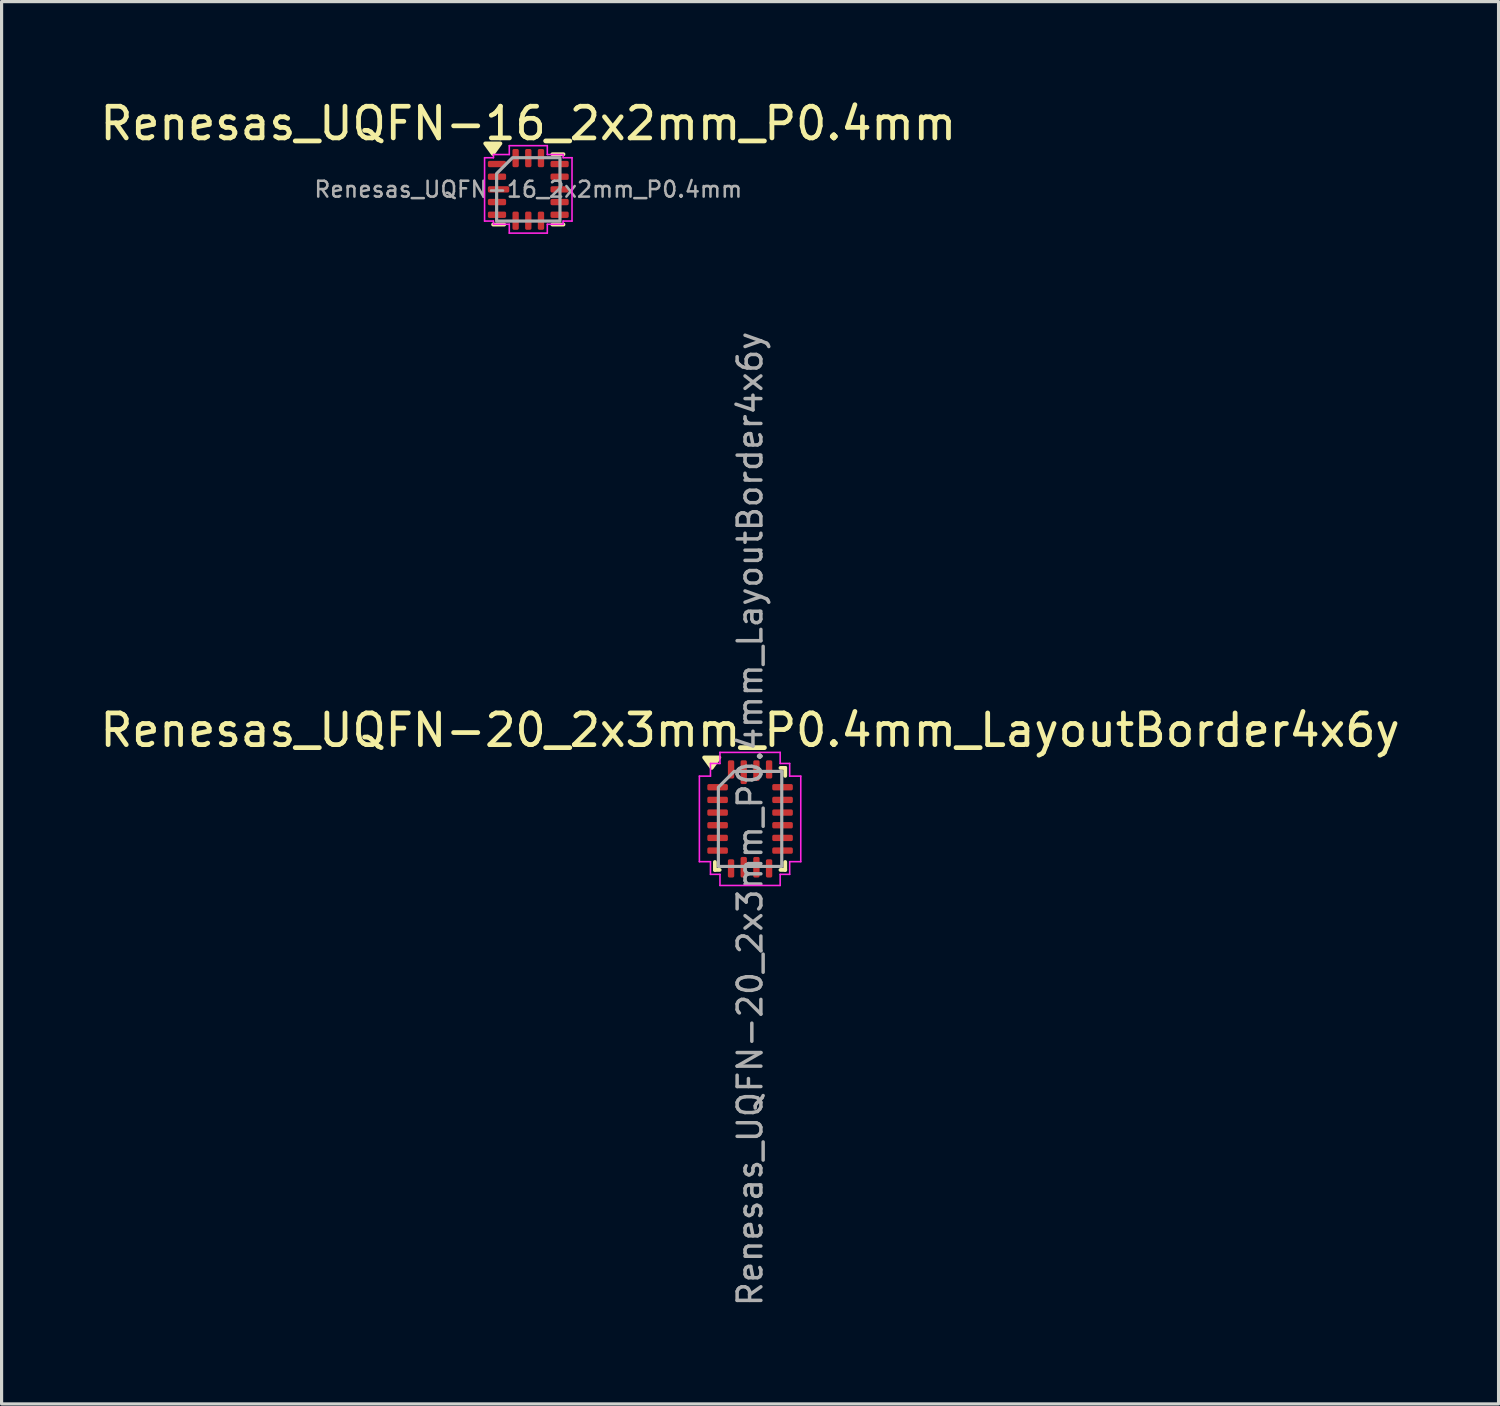
<source format=kicad_pcb>
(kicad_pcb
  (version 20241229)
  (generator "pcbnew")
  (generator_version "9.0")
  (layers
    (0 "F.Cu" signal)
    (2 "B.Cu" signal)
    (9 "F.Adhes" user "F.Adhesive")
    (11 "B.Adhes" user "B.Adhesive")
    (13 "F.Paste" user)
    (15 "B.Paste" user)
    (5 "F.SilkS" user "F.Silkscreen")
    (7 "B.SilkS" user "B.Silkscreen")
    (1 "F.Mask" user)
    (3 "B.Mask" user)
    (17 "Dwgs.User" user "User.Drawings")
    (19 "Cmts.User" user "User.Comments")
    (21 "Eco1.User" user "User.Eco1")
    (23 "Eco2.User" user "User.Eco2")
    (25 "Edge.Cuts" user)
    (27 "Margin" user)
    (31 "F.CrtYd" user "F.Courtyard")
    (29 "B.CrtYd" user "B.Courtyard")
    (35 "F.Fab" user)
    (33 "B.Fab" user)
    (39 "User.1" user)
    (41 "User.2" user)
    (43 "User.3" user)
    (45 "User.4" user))
  (footprint "Renesas_UQFN-16_2x2mm_P0.4mm"
    (layer "F.Cu")
    (at 13.625 2.928)
    (property "Reference" "Renesas_UQFN-16_2x2mm_P0.4mm" (at 0 -2.08 0) (layer "F.SilkS") (effects (font (size 1 1) (thickness 0.15))))
    (attr smd)
    (fp_line (start -0.76 1.11) (end -1.11 1.11) (stroke (width 0.12) (type solid)) (layer "F.SilkS"))
    (fp_line (start 0.76 -1.11) (end 1.11 -1.11) (stroke (width 0.12) (type solid)) (layer "F.SilkS"))
    (fp_line (start 0.76 1.11) (end 1.11 1.11) (stroke (width 0.12) (type solid)) (layer "F.SilkS"))
    (fp_poly (pts (xy -1.12 -1.12) (xy -1.36 -1.45) (xy -0.88 -1.45)) (stroke (width 0.12) (type solid)) (fill yes) (layer "F.SilkS"))
    (fp_line (start -1.38 -1) (end -1.1 -1) (stroke (width 0.05) (type solid)) (layer "F.CrtYd"))
    (fp_line (start -1.38 1) (end -1.38 -1) (stroke (width 0.05) (type solid)) (layer "F.CrtYd"))
    (fp_line (start -1.1 -1.1) (end -0.6 -1.1) (stroke (width 0.05) (type solid)) (layer "F.CrtYd"))
    (fp_line (start -1.1 -1) (end -1.1 -1.1) (stroke (width 0.05) (type solid)) (layer "F.CrtYd"))
    (fp_line (start -1.1 1) (end -1.38 1) (stroke (width 0.05) (type solid)) (layer "F.CrtYd"))
    (fp_line (start -1.1 1.1) (end -1.1 1) (stroke (width 0.05) (type solid)) (layer "F.CrtYd"))
    (fp_line (start -0.6 -1.38) (end 0.6 -1.38) (stroke (width 0.05) (type solid)) (layer "F.CrtYd"))
    (fp_line (start -0.6 -1.1) (end -0.6 -1.38) (stroke (width 0.05) (type solid)) (layer "F.CrtYd"))
    (fp_line (start -0.6 1.1) (end -1.1 1.1) (stroke (width 0.05) (type solid)) (layer "F.CrtYd"))
    (fp_line (start -0.6 1.38) (end -0.6 1.1) (stroke (width 0.05) (type solid)) (layer "F.CrtYd"))
    (fp_line (start 0.6 -1.38) (end 0.6 -1.1) (stroke (width 0.05) (type solid)) (layer "F.CrtYd"))
    (fp_line (start 0.6 -1.1) (end 1.1 -1.1) (stroke (width 0.05) (type solid)) (layer "F.CrtYd"))
    (fp_line (start 0.6 1.1) (end 0.6 1.38) (stroke (width 0.05) (type solid)) (layer "F.CrtYd"))
    (fp_line (start 0.6 1.38) (end -0.6 1.38) (stroke (width 0.05) (type solid)) (layer "F.CrtYd"))
    (fp_line (start 1.1 -1.1) (end 1.1 -1) (stroke (width 0.05) (type solid)) (layer "F.CrtYd"))
    (fp_line (start 1.1 -1) (end 1.38 -1) (stroke (width 0.05) (type solid)) (layer "F.CrtYd"))
    (fp_line (start 1.1 1) (end 1.1 1.1) (stroke (width 0.05) (type solid)) (layer "F.CrtYd"))
    (fp_line (start 1.1 1.1) (end 0.6 1.1) (stroke (width 0.05) (type solid)) (layer "F.CrtYd"))
    (fp_line (start 1.38 -1) (end 1.38 1) (stroke (width 0.05) (type solid)) (layer "F.CrtYd"))
    (fp_line (start 1.38 1) (end 1.1 1) (stroke (width 0.05) (type solid)) (layer "F.CrtYd"))
    (fp_poly (pts (xy -1 -0.5) (xy -1 1) (xy 1 1) (xy 1 -1) (xy -0.5 -1)) (stroke (width 0.1) (type solid)) (fill no) (layer "F.Fab"))
    (fp_text user "${REFERENCE}" (at 0 0 0) (layer "F.Fab") (effects (font (size 0.5 0.5) (thickness 0.08))))
    (pad "1" smd roundrect (at -0.988 -0.8) (size 0.575 0.2) (layers "F.Cu" "F.Mask" "F.Paste") (roundrect_rratio 0.25))
    (pad "2" smd roundrect (at -0.988 -0.4) (size 0.575 0.2) (layers "F.Cu" "F.Mask" "F.Paste") (roundrect_rratio 0.25))
    (pad "3" smd roundrect (at -0.938 0) (size 0.675 0.2) (layers "F.Cu" "F.Mask" "F.Paste") (roundrect_rratio 0.25))
    (pad "4" smd roundrect (at -0.988 0.4) (size 0.575 0.2) (layers "F.Cu" "F.Mask" "F.Paste") (roundrect_rratio 0.25))
    (pad "5" smd roundrect (at -0.988 0.8) (size 0.575 0.2) (layers "F.Cu" "F.Mask" "F.Paste") (roundrect_rratio 0.25))
    (pad "6" smd roundrect (at -0.4 0.988) (size 0.2 0.575) (layers "F.Cu" "F.Mask" "F.Paste") (roundrect_rratio 0.25))
    (pad "7" smd roundrect (at 0 0.988) (size 0.2 0.575) (layers "F.Cu" "F.Mask" "F.Paste") (roundrect_rratio 0.25))
    (pad "8" smd roundrect (at 0.4 0.988) (size 0.2 0.575) (layers "F.Cu" "F.Mask" "F.Paste") (roundrect_rratio 0.25))
    (pad "9" smd roundrect (at 0.988 0.8) (size 0.575 0.2) (layers "F.Cu" "F.Mask" "F.Paste") (roundrect_rratio 0.25))
    (pad "10" smd roundrect (at 0.988 0.4) (size 0.575 0.2) (layers "F.Cu" "F.Mask" "F.Paste") (roundrect_rratio 0.25))
    (pad "11" smd roundrect (at 0.988 0) (size 0.575 0.2) (layers "F.Cu" "F.Mask" "F.Paste") (roundrect_rratio 0.25))
    (pad "12" smd roundrect (at 0.988 -0.4) (size 0.575 0.2) (layers "F.Cu" "F.Mask" "F.Paste") (roundrect_rratio 0.25))
    (pad "13" smd roundrect (at 0.988 -0.8) (size 0.575 0.2) (layers "F.Cu" "F.Mask" "F.Paste") (roundrect_rratio 0.25))
    (pad "14" smd roundrect (at 0.4 -0.988) (size 0.2 0.575) (layers "F.Cu" "F.Mask" "F.Paste") (roundrect_rratio 0.25))
    (pad "15" smd roundrect (at 0 -0.988) (size 0.2 0.575) (layers "F.Cu" "F.Mask" "F.Paste") (roundrect_rratio 0.25))
    (pad "16" smd roundrect (at -0.4 -0.988) (size 0.2 0.575) (layers "F.Cu" "F.Mask" "F.Paste") (roundrect_rratio 0.25)))
  (footprint "Renesas_UQFN-20_2x3mm_P0.4mm_LayoutBorder4x6y"
    (layer "F.Cu")
    (at 20.625 22.798)
    (property "Reference" "Renesas_UQFN-20_2x3mm_P0.4mm_LayoutBorder4x6y" (at 0 -2.8 0) (layer "F.SilkS") (effects (font (size 1 1) (thickness 0.15))))
    (attr smd)
    (fp_line (start -1.11 1.61) (end -1.11 1.36) (stroke (width 0.12) (type solid)) (layer "F.SilkS"))
    (fp_line (start -0.96 1.61) (end -1.11 1.61) (stroke (width 0.12) (type solid)) (layer "F.SilkS"))
    (fp_line (start 0.96 -1.61) (end 1.11 -1.61) (stroke (width 0.12) (type solid)) (layer "F.SilkS"))
    (fp_line (start 0.96 1.61) (end 1.11 1.61) (stroke (width 0.12) (type solid)) (layer "F.SilkS"))
    (fp_line (start 1.11 -1.61) (end 1.11 -1.36) (stroke (width 0.12) (type solid)) (layer "F.SilkS"))
    (fp_line (start 1.11 1.61) (end 1.11 1.36) (stroke (width 0.12) (type solid)) (layer "F.SilkS"))
    (fp_poly (pts (xy -1.21 -1.61) (xy -1.45 -1.94) (xy -0.97 -1.94)) (stroke (width 0.12) (type solid)) (fill yes) (layer "F.SilkS"))
    (fp_line (start -1.6 -1.35) (end -1.25 -1.35) (stroke (width 0.05) (type solid)) (layer "F.CrtYd"))
    (fp_line (start -1.6 1.35) (end -1.6 -1.35) (stroke (width 0.05) (type solid)) (layer "F.CrtYd"))
    (fp_line (start -1.25 -1.75) (end -0.95 -1.75) (stroke (width 0.05) (type solid)) (layer "F.CrtYd"))
    (fp_line (start -1.25 -1.35) (end -1.25 -1.75) (stroke (width 0.05) (type solid)) (layer "F.CrtYd"))
    (fp_line (start -1.25 1.35) (end -1.6 1.35) (stroke (width 0.05) (type solid)) (layer "F.CrtYd"))
    (fp_line (start -1.25 1.75) (end -1.25 1.35) (stroke (width 0.05) (type solid)) (layer "F.CrtYd"))
    (fp_line (start -0.95 -2.1) (end 0.95 -2.1) (stroke (width 0.05) (type solid)) (layer "F.CrtYd"))
    (fp_line (start -0.95 -1.75) (end -0.95 -2.1) (stroke (width 0.05) (type solid)) (layer "F.CrtYd"))
    (fp_line (start -0.95 1.75) (end -1.25 1.75) (stroke (width 0.05) (type solid)) (layer "F.CrtYd"))
    (fp_line (start -0.95 2.1) (end -0.95 1.75) (stroke (width 0.05) (type solid)) (layer "F.CrtYd"))
    (fp_line (start 0.95 -2.1) (end 0.95 -1.75) (stroke (width 0.05) (type solid)) (layer "F.CrtYd"))
    (fp_line (start 0.95 -1.75) (end 1.25 -1.75) (stroke (width 0.05) (type solid)) (layer "F.CrtYd"))
    (fp_line (start 0.95 1.75) (end 0.95 2.1) (stroke (width 0.05) (type solid)) (layer "F.CrtYd"))
    (fp_line (start 0.95 2.1) (end -0.95 2.1) (stroke (width 0.05) (type solid)) (layer "F.CrtYd"))
    (fp_line (start 1.25 -1.75) (end 1.25 -1.35) (stroke (width 0.05) (type solid)) (layer "F.CrtYd"))
    (fp_line (start 1.25 -1.35) (end 1.6 -1.35) (stroke (width 0.05) (type solid)) (layer "F.CrtYd"))
    (fp_line (start 1.25 1.35) (end 1.25 1.75) (stroke (width 0.05) (type solid)) (layer "F.CrtYd"))
    (fp_line (start 1.25 1.75) (end 0.95 1.75) (stroke (width 0.05) (type solid)) (layer "F.CrtYd"))
    (fp_line (start 1.6 -1.35) (end 1.6 1.35) (stroke (width 0.05) (type solid)) (layer "F.CrtYd"))
    (fp_line (start 1.6 1.35) (end 1.25 1.35) (stroke (width 0.05) (type solid)) (layer "F.CrtYd"))
    (fp_poly (pts (xy -1 -1) (xy -1 1.5) (xy 1 1.5) (xy 1 -1.5) (xy -0.5 -1.5)) (stroke (width 0.1) (type solid)) (fill no) (layer "F.Fab"))
    (fp_text user "${REFERENCE}" (at 0 0 90) (layer "F.Fab") (effects (font (size 0.75 0.75) (thickness 0.11))))
    (pad "1" smd roundrect (at -1.025 -1) (size 0.65 0.2) (layers "F.Cu" "F.Mask" "F.Paste") (roundrect_rratio 0.25))
    (pad "2" smd roundrect (at -1.025 -0.6) (size 0.65 0.2) (layers "F.Cu" "F.Mask" "F.Paste") (roundrect_rratio 0.25))
    (pad "3" smd roundrect (at -1.025 -0.2) (size 0.65 0.2) (layers "F.Cu" "F.Mask" "F.Paste") (roundrect_rratio 0.25))
    (pad "4" smd roundrect (at -1.025 0.2) (size 0.65 0.2) (layers "F.Cu" "F.Mask" "F.Paste") (roundrect_rratio 0.25))
    (pad "5" smd roundrect (at -1.025 0.6) (size 0.65 0.2) (layers "F.Cu" "F.Mask" "F.Paste") (roundrect_rratio 0.25))
    (pad "6" smd roundrect (at -1.025 1) (size 0.65 0.2) (layers "F.Cu" "F.Mask" "F.Paste") (roundrect_rratio 0.25))
    (pad "7" smd roundrect (at -0.6 1.562) (size 0.2 0.575) (layers "F.Cu" "F.Mask" "F.Paste") (roundrect_rratio 0.25))
    (pad "8" smd roundrect (at -0.2 1.525) (size 0.2 0.65) (layers "F.Cu" "F.Mask" "F.Paste") (roundrect_rratio 0.25))
    (pad "9" smd roundrect (at 0.2 1.525) (size 0.2 0.65) (layers "F.Cu" "F.Mask" "F.Paste") (roundrect_rratio 0.25))
    (pad "10" smd roundrect (at 0.6 1.562) (size 0.2 0.575) (layers "F.Cu" "F.Mask" "F.Paste") (roundrect_rratio 0.25))
    (pad "11" smd roundrect (at 1.025 1) (size 0.65 0.2) (layers "F.Cu" "F.Mask" "F.Paste") (roundrect_rratio 0.25))
    (pad "12" smd roundrect (at 1.025 0.6) (size 0.65 0.2) (layers "F.Cu" "F.Mask" "F.Paste") (roundrect_rratio 0.25))
    (pad "13" smd roundrect (at 1.025 0.2) (size 0.65 0.2) (layers "F.Cu" "F.Mask" "F.Paste") (roundrect_rratio 0.25))
    (pad "14" smd roundrect (at 1.025 -0.2) (size 0.65 0.2) (layers "F.Cu" "F.Mask" "F.Paste") (roundrect_rratio 0.25))
    (pad "15" smd roundrect (at 1.025 -0.6) (size 0.65 0.2) (layers "F.Cu" "F.Mask" "F.Paste") (roundrect_rratio 0.25))
    (pad "16" smd roundrect (at 1.025 -1) (size 0.65 0.2) (layers "F.Cu" "F.Mask" "F.Paste") (roundrect_rratio 0.25))
    (pad "17" smd roundrect (at 0.6 -1.562) (size 0.2 0.575) (layers "F.Cu" "F.Mask" "F.Paste") (roundrect_rratio 0.25))
    (pad "18" smd roundrect (at 0.2 -1.525) (size 0.2 0.65) (layers "F.Cu" "F.Mask" "F.Paste") (roundrect_rratio 0.25))
    (pad "19" smd roundrect (at -0.2 -1.475) (size 0.2 0.75) (layers "F.Cu" "F.Mask" "F.Paste") (roundrect_rratio 0.25))
    (pad "20" smd roundrect (at -0.6 -1.562) (size 0.2 0.575) (layers "F.Cu" "F.Mask" "F.Paste") (roundrect_rratio 0.25)))
  (gr_rect
    (start -3 -3)
    (end 44.25 41.263)
    (stroke (width 0.1) (type default))
    (fill no)
    (layer "Edge.Cuts")))
</source>
